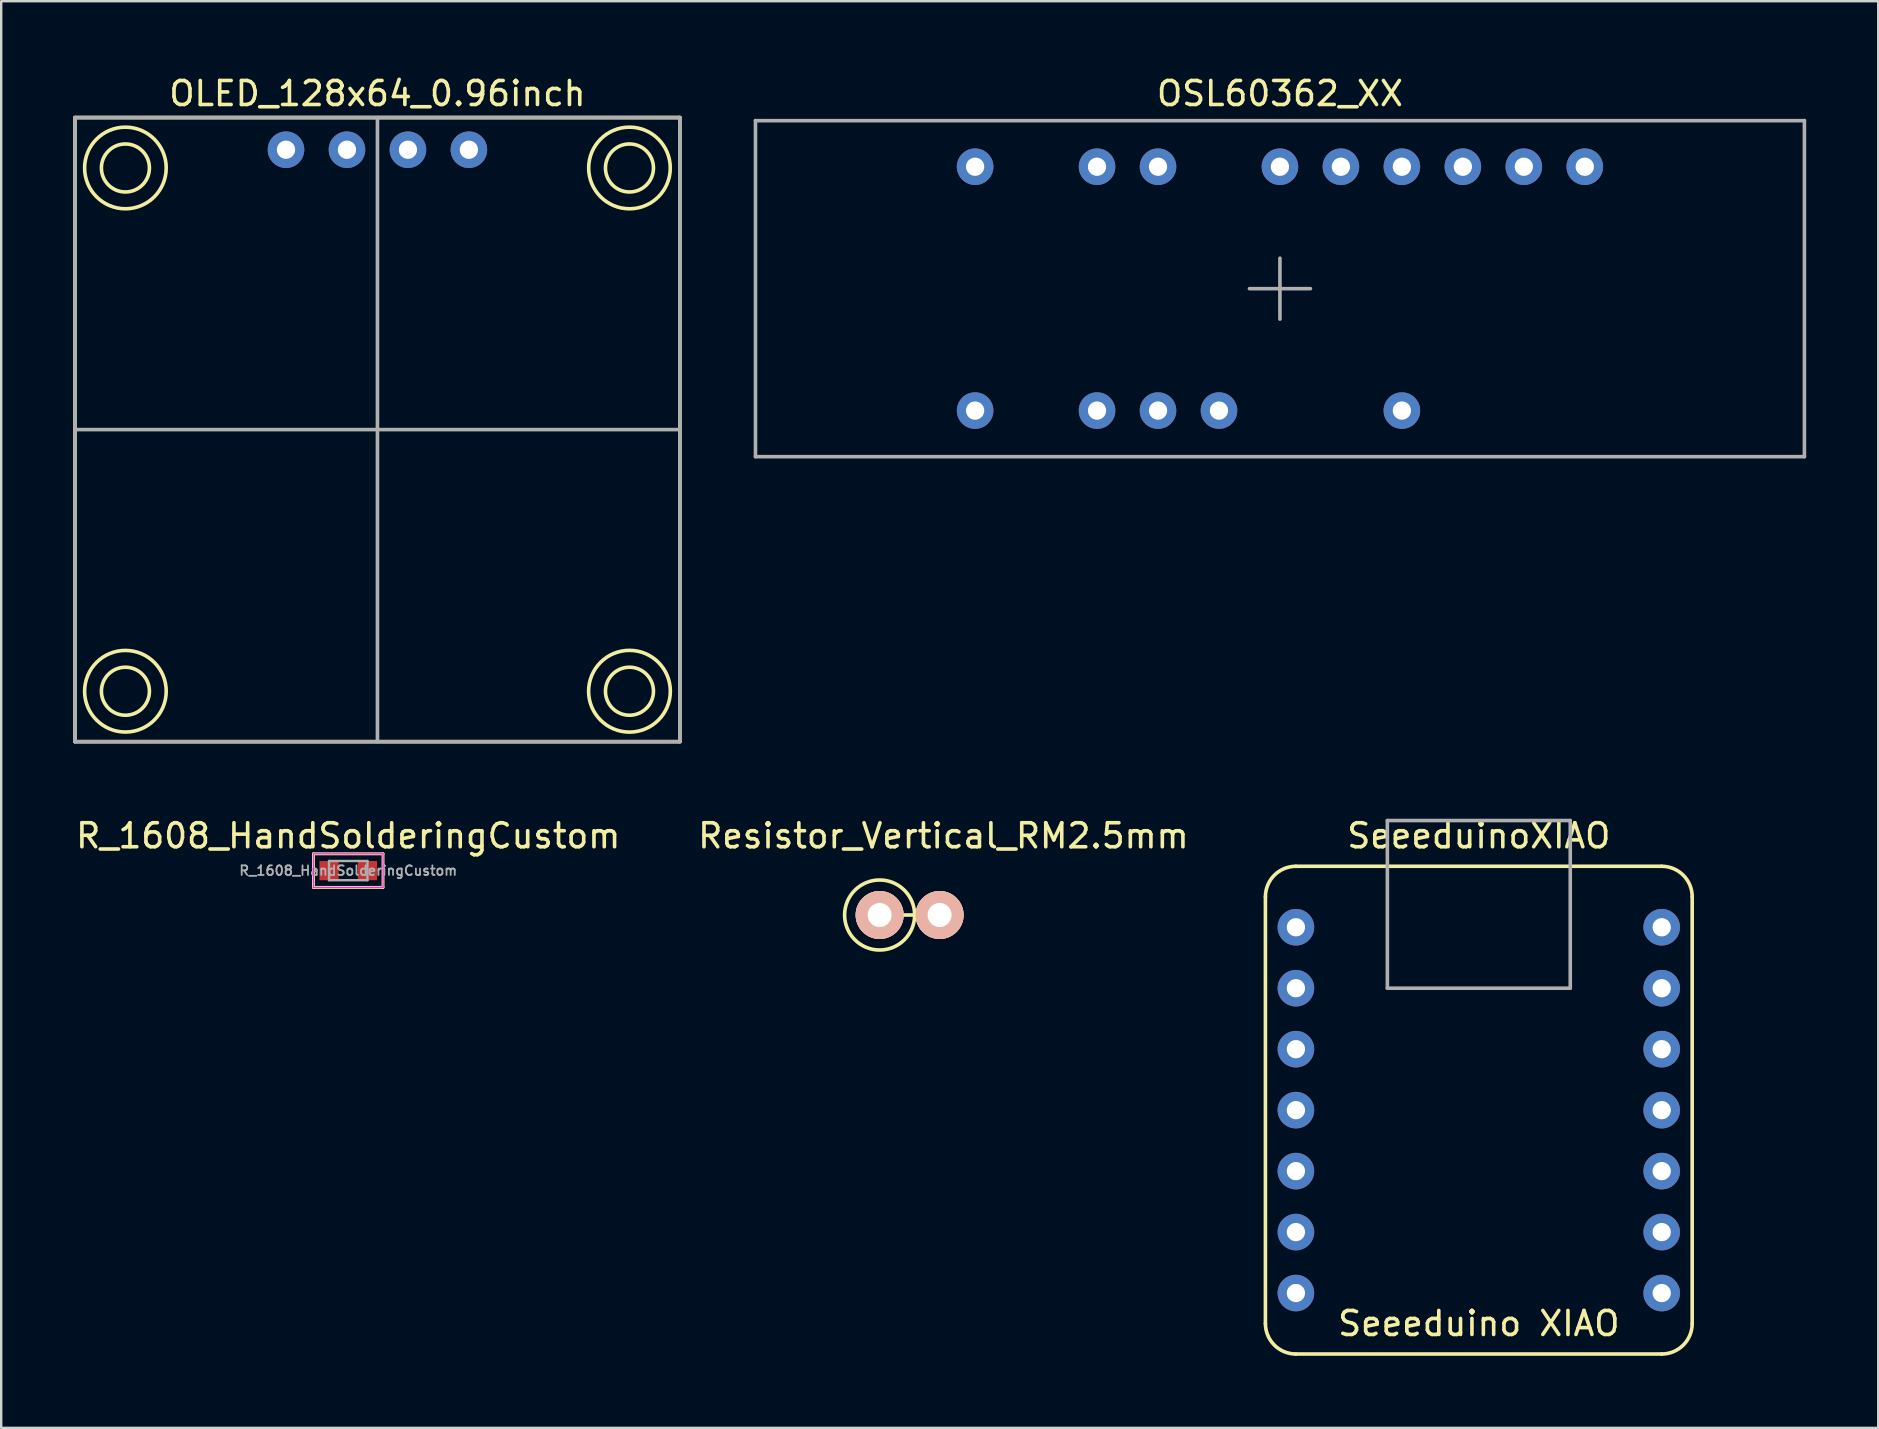
<source format=kicad_pcb>
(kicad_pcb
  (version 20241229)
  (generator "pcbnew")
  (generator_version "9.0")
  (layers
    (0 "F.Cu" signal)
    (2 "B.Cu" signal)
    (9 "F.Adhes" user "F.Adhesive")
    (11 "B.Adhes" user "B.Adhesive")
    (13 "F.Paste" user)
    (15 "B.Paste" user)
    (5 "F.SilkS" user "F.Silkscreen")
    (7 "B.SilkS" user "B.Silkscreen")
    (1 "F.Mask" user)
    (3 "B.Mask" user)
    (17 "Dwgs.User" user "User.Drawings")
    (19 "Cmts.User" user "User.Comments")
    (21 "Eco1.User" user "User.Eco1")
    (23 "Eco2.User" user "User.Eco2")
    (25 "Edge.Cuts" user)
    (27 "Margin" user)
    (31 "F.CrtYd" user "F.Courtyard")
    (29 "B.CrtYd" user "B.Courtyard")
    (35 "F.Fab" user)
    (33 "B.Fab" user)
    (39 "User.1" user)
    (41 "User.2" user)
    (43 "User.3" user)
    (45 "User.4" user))
  (footprint "Resistor_Vertical_RM2.5mm"
    (layer "F.Cu")
    (at 33.556 35.071)
    (property "Reference" "Resistor_Vertical_RM2.5mm" (at 2.7 -3.299 0) (layer "F.SilkS") (effects (font (size 1 1) (thickness 0.15))))
    (attr through_hole)
    (fp_line (start 0.536 0) (end 1.537 0) (stroke (width 0.15) (type solid)) (layer "F.SilkS"))
    (fp_circle (center 0.041 0) (end 1.5 0) (stroke (width 0.15) (type solid)) (fill no) (layer "F.SilkS"))
    (pad "1" thru_hole circle (at 0.041 0) (size 1.999 1.999) (drill 1.001) (layers "*.Cu" "*.SilkS" "*.Mask"))
    (pad "2" thru_hole circle (at 2.54 0) (size 1.999 1.999) (drill 1.001) (layers "*.Cu" "*.SilkS" "*.Mask")))
  (footprint "SeeeduinoXIAO"
    (layer "F.Cu")
    (at 58.56 33.041)
    (property "Reference" "SeeeduinoXIAO" (at 0 -1.27 0) (layer "F.SilkS") (effects (font (size 1 1) (thickness 0.15))))
    (attr through_hole)
    (fp_line (start -8.89 19.05) (end -8.89 1.27) (stroke (width 0.15) (type solid)) (layer "F.SilkS"))
    (fp_line (start -7.62 0) (end 7.62 0) (stroke (width 0.15) (type solid)) (layer "F.SilkS"))
    (fp_line (start -7.62 20.32) (end 7.62 20.32) (stroke (width 0.15) (type solid)) (layer "F.SilkS"))
    (fp_line (start 8.89 1.27) (end 8.89 19.05) (stroke (width 0.15) (type solid)) (layer "F.SilkS"))
    (fp_arc (start -8.89 1.27) (mid -8.518026 0.371974) (end -7.62 0) (stroke (width 0.15) (type solid)) (layer "F.SilkS"))
    (fp_arc (start -7.62 20.32) (mid -8.518026 19.948026) (end -8.89 19.05) (stroke (width 0.15) (type solid)) (layer "F.SilkS"))
    (fp_arc (start 7.62 0) (mid 8.518026 0.371974) (end 8.89 1.27) (stroke (width 0.15) (type solid)) (layer "F.SilkS"))
    (fp_arc (start 8.89 19.05) (mid 8.518026 19.948026) (end 7.62 20.32) (stroke (width 0.15) (type solid)) (layer "F.SilkS"))
    (fp_line (start -3.81 -1.905) (end -3.81 5.08) (stroke (width 0.15) (type solid)) (layer "F.Fab"))
    (fp_line (start -3.81 5.08) (end 3.81 5.08) (stroke (width 0.15) (type solid)) (layer "F.Fab"))
    (fp_line (start 3.81 -1.905) (end -3.81 -1.905) (stroke (width 0.15) (type solid)) (layer "F.Fab"))
    (fp_line (start 3.81 5.08) (end 3.81 -1.905) (stroke (width 0.15) (type solid)) (layer "F.Fab"))
    (fp_text user "Seeeduino XIAO" (at 0 19.05 0) (layer "F.SilkS") (effects (font (size 1 1) (thickness 0.15))))
    (pad "1" thru_hole circle (at -7.62 2.54) (size 1.524 1.524) (drill 0.762) (layers "*.Cu" "*.Mask"))
    (pad "2" thru_hole circle (at -7.62 5.08) (size 1.524 1.524) (drill 0.762) (layers "*.Cu" "*.Mask"))
    (pad "3" thru_hole circle (at -7.62 7.62) (size 1.524 1.524) (drill 0.762) (layers "*.Cu" "*.Mask"))
    (pad "4" thru_hole circle (at -7.62 10.16) (size 1.524 1.524) (drill 0.762) (layers "*.Cu" "*.Mask"))
    (pad "5" thru_hole circle (at -7.62 12.7) (size 1.524 1.524) (drill 0.762) (layers "*.Cu" "*.Mask"))
    (pad "6" thru_hole circle (at -7.62 15.24) (size 1.524 1.524) (drill 0.762) (layers "*.Cu" "*.Mask"))
    (pad "7" thru_hole circle (at -7.62 17.78) (size 1.524 1.524) (drill 0.762) (layers "*.Cu" "*.Mask"))
    (pad "8" thru_hole circle (at 7.62 17.78) (size 1.524 1.524) (drill 0.762) (layers "*.Cu" "*.Mask"))
    (pad "9" thru_hole circle (at 7.62 15.24) (size 1.524 1.524) (drill 0.762) (layers "*.Cu" "*.Mask"))
    (pad "10" thru_hole circle (at 7.62 12.7) (size 1.524 1.524) (drill 0.762) (layers "*.Cu" "*.Mask"))
    (pad "11" thru_hole circle (at 7.62 10.16) (size 1.524 1.524) (drill 0.762) (layers "*.Cu" "*.Mask"))
    (pad "12" thru_hole circle (at 7.62 7.62) (size 1.524 1.524) (drill 0.762) (layers "*.Cu" "*.Mask"))
    (pad "13" thru_hole circle (at 7.62 5.08) (size 1.524 1.524) (drill 0.762) (layers "*.Cu" "*.Mask"))
    (pad "14" thru_hole circle (at 7.62 2.54) (size 1.524 1.524) (drill 0.762) (layers "*.Cu" "*.Mask")))
  (footprint "OLED_128x64_0.96inch"
    (layer "F.Cu")
    (at 12.675 1.848)
    (property "Reference" "OLED_128x64_0.96inch" (at 0 -1 0) (layer "F.SilkS") (effects (font (size 1 1) (thickness 0.15))))
    (attr through_hole)
    (fp_line (start -12.6 0) (end -12.6 26) (stroke (width 0.15) (type solid)) (layer "F.SilkS"))
    (fp_line (start -12.6 0) (end 12.6 0) (stroke (width 0.15) (type solid)) (layer "F.SilkS"))
    (fp_line (start -12.6 26) (end 12.6 26) (stroke (width 0.15) (type solid)) (layer "F.SilkS"))
    (fp_line (start 12.6 0) (end 12.6 26) (stroke (width 0.15) (type solid)) (layer "F.SilkS"))
    (fp_circle (center -10.5 2.1) (end -10.5 0.4) (stroke (width 0.15) (type solid)) (fill no) (layer "F.SilkS"))
    (fp_circle (center -10.5 2.1) (end -10.5 1.1) (stroke (width 0.15) (type solid)) (fill no) (layer "F.SilkS"))
    (fp_circle (center -10.5 23.9) (end -10.5 22.9) (stroke (width 0.15) (type solid)) (fill no) (layer "F.SilkS"))
    (fp_circle (center -10.5 23.9) (end -10.5 25.6) (stroke (width 0.15) (type solid)) (fill no) (layer "F.SilkS"))
    (fp_circle (center 10.5 2.1) (end 10.5 0.4) (stroke (width 0.15) (type solid)) (fill no) (layer "F.SilkS"))
    (fp_circle (center 10.5 2.1) (end 10.5 1.1) (stroke (width 0.15) (type solid)) (fill no) (layer "F.SilkS"))
    (fp_circle (center 10.5 23.9) (end 10.5 24.9) (stroke (width 0.15) (type solid)) (fill no) (layer "F.SilkS"))
    (fp_circle (center 10.5 23.9) (end 10.6 22.2) (stroke (width 0.15) (type solid)) (fill no) (layer "F.SilkS"))
    (fp_line (start -12.6 0) (end 12.6 0) (stroke (width 0.15) (type solid)) (layer "F.Fab"))
    (fp_line (start -12.6 13) (end 12.6 13) (stroke (width 0.15) (type solid)) (layer "F.Fab"))
    (fp_line (start -12.6 26) (end -12.6 0) (stroke (width 0.15) (type solid)) (layer "F.Fab"))
    (fp_line (start 0 26) (end 0 0) (stroke (width 0.15) (type solid)) (layer "F.Fab"))
    (fp_line (start 12.6 0) (end 12.6 26) (stroke (width 0.15) (type solid)) (layer "F.Fab"))
    (fp_line (start 12.6 26) (end -12.6 26) (stroke (width 0.15) (type solid)) (layer "F.Fab"))
    (pad "1" thru_hole circle (at -3.81 1.34) (size 1.524 1.524) (drill 0.762) (layers "*.Cu" "*.Mask"))
    (pad "2" thru_hole circle (at -1.27 1.34) (size 1.524 1.524) (drill 0.762) (layers "*.Cu" "*.Mask"))
    (pad "3" thru_hole circle (at 1.27 1.34) (size 1.524 1.524) (drill 0.762) (layers "*.Cu" "*.Mask"))
    (pad "4" thru_hole circle (at 3.81 1.34) (size 1.524 1.524) (drill 0.762) (layers "*.Cu" "*.Mask")))
  (footprint "R_1608_HandSolderingCustom"
    (layer "F.Cu")
    (at 11.458 33.221)
    (property "Reference" "R_1608_HandSolderingCustom" (at 0 -1.45 0) (layer "F.SilkS") (effects (font (size 1 1) (thickness 0.15))))
    (attr smd)
    (fp_line (start -1.45 -0.7) (end -1.45 0.7) (stroke (width 0.12) (type solid)) (layer "F.SilkS"))
    (fp_line (start -1.45 -0.7) (end 1.45 -0.7) (stroke (width 0.12) (type solid)) (layer "F.SilkS"))
    (fp_line (start 1.45 -0.7) (end 1.45 0.7) (stroke (width 0.12) (type solid)) (layer "F.SilkS"))
    (fp_line (start 1.45 0.7) (end -1.45 0.7) (stroke (width 0.12) (type solid)) (layer "F.SilkS"))
    (fp_line (start -1.45 -0.7) (end -1.45 0.7) (stroke (width 0.05) (type solid)) (layer "F.CrtYd"))
    (fp_line (start -1.45 -0.7) (end 1.45 -0.7) (stroke (width 0.05) (type solid)) (layer "F.CrtYd"))
    (fp_line (start 1.45 0.7) (end -1.46 0.7) (stroke (width 0.05) (type solid)) (layer "F.CrtYd"))
    (fp_line (start 1.45 0.7) (end 1.45 -0.7) (stroke (width 0.05) (type solid)) (layer "F.CrtYd"))
    (fp_line (start -0.8 -0.4) (end 0.8 -0.4) (stroke (width 0.1) (type solid)) (layer "F.Fab"))
    (fp_line (start -0.8 0.4) (end -0.8 -0.4) (stroke (width 0.1) (type solid)) (layer "F.Fab"))
    (fp_line (start 0.8 -0.4) (end 0.8 0.4) (stroke (width 0.1) (type solid)) (layer "F.Fab"))
    (fp_line (start 0.8 0.4) (end -0.8 0.4) (stroke (width 0.1) (type solid)) (layer "F.Fab"))
    (fp_text user "${REFERENCE}" (at 0 0 0) (layer "F.Fab") (effects (font (size 0.4 0.4) (thickness 0.075))))
    (pad "1" smd rect (at -0.8 0) (size 0.8 0.8) (layers "F.Cu" "F.Mask" "F.Paste"))
    (pad "2" smd rect (at 0.8 0) (size 0.8 0.8) (layers "F.Cu" "F.Mask" "F.Paste")))
  (footprint "OSL60362_XX"
    (layer "F.Cu")
    (at 50.275 8.976)
    (property "Reference" "OSL60362_XX" (at 0 -8.128 0) (layer "F.SilkS") (effects (font (size 1 1) (thickness 0.15))))
    (attr through_hole)
    (fp_line (start -21.85 -7) (end -21.85 7) (stroke (width 0.15) (type solid)) (layer "B.Paste"))
    (fp_line (start -21.85 -7) (end 21.85 -7) (stroke (width 0.15) (type solid)) (layer "B.Paste"))
    (fp_line (start -21.85 7) (end 21.85 7) (stroke (width 0.15) (type solid)) (layer "B.Paste"))
    (fp_line (start -13.335 6.985) (end -12.7 6.35) (stroke (width 0.15) (type solid)) (layer "B.Paste"))
    (fp_line (start -12.7 6.35) (end -12.065 6.985) (stroke (width 0.15) (type solid)) (layer "B.Paste"))
    (fp_line (start 21.85 -7) (end 21.85 7) (stroke (width 0.15) (type solid)) (layer "B.Paste"))
    (fp_line (start -21.85 -7) (end -21.85 7) (stroke (width 0.15) (type solid)) (layer "F.Fab"))
    (fp_line (start -21.85 -7) (end 21.85 -7) (stroke (width 0.15) (type solid)) (layer "F.Fab"))
    (fp_line (start -21.85 7) (end 21.85 7) (stroke (width 0.15) (type solid)) (layer "F.Fab"))
    (fp_line (start -1.27 0) (end 1.27 0) (stroke (width 0.15) (type solid)) (layer "F.Fab"))
    (fp_line (start 0 -1.27) (end 0 1.27) (stroke (width 0.15) (type solid)) (layer "F.Fab"))
    (fp_line (start 21.85 -7) (end 21.85 7) (stroke (width 0.15) (type solid)) (layer "F.Fab"))
    (pad "1" thru_hole circle (at -12.7 5.08) (size 1.524 1.524) (drill 0.762) (layers "*.Cu" "*.Mask"))
    (pad "3" thru_hole circle (at -7.62 5.08) (size 1.524 1.524) (drill 0.762) (layers "*.Cu" "*.Mask"))
    (pad "4" thru_hole circle (at -5.08 5.08) (size 1.524 1.524) (drill 0.762) (layers "*.Cu" "*.Mask"))
    (pad "5" thru_hole circle (at -2.54 5.08) (size 1.524 1.524) (drill 0.762) (layers "*.Cu" "*.Mask"))
    (pad "8" thru_hole circle (at 5.08 5.08) (size 1.524 1.524) (drill 0.762) (layers "*.Cu" "*.Mask"))
    (pad "12" thru_hole circle (at 12.7 -5.08) (size 1.524 1.524) (drill 0.762) (layers "*.Cu" "*.Mask"))
    (pad "13" thru_hole circle (at 10.16 -5.08) (size 1.524 1.524) (drill 0.762) (layers "*.Cu" "*.Mask"))
    (pad "14" thru_hole circle (at 7.62 -5.08) (size 1.524 1.524) (drill 0.762) (layers "*.Cu" "*.Mask"))
    (pad "15" thru_hole circle (at 5.08 -5.08) (size 1.524 1.524) (drill 0.762) (layers "*.Cu" "*.Mask"))
    (pad "16" thru_hole circle (at 2.54 -5.08) (size 1.524 1.524) (drill 0.762) (layers "*.Cu" "*.Mask"))
    (pad "17" thru_hole circle (at 0 -5.08) (size 1.524 1.524) (drill 0.762) (layers "*.Cu" "*.Mask"))
    (pad "19" thru_hole circle (at -5.08 -5.08) (size 1.524 1.524) (drill 0.762) (layers "*.Cu" "*.Mask"))
    (pad "20" thru_hole circle (at -7.62 -5.08) (size 1.524 1.524) (drill 0.762) (layers "*.Cu" "*.Mask"))
    (pad "22" thru_hole circle (at -12.7 -5.08) (size 1.524 1.524) (drill 0.762) (layers "*.Cu" "*.Mask")))
  (gr_rect
    (start -3 -3)
    (end 75.2 56.437)
    (stroke (width 0.1) (type default))
    (fill no)
    (layer "Edge.Cuts")))
</source>
